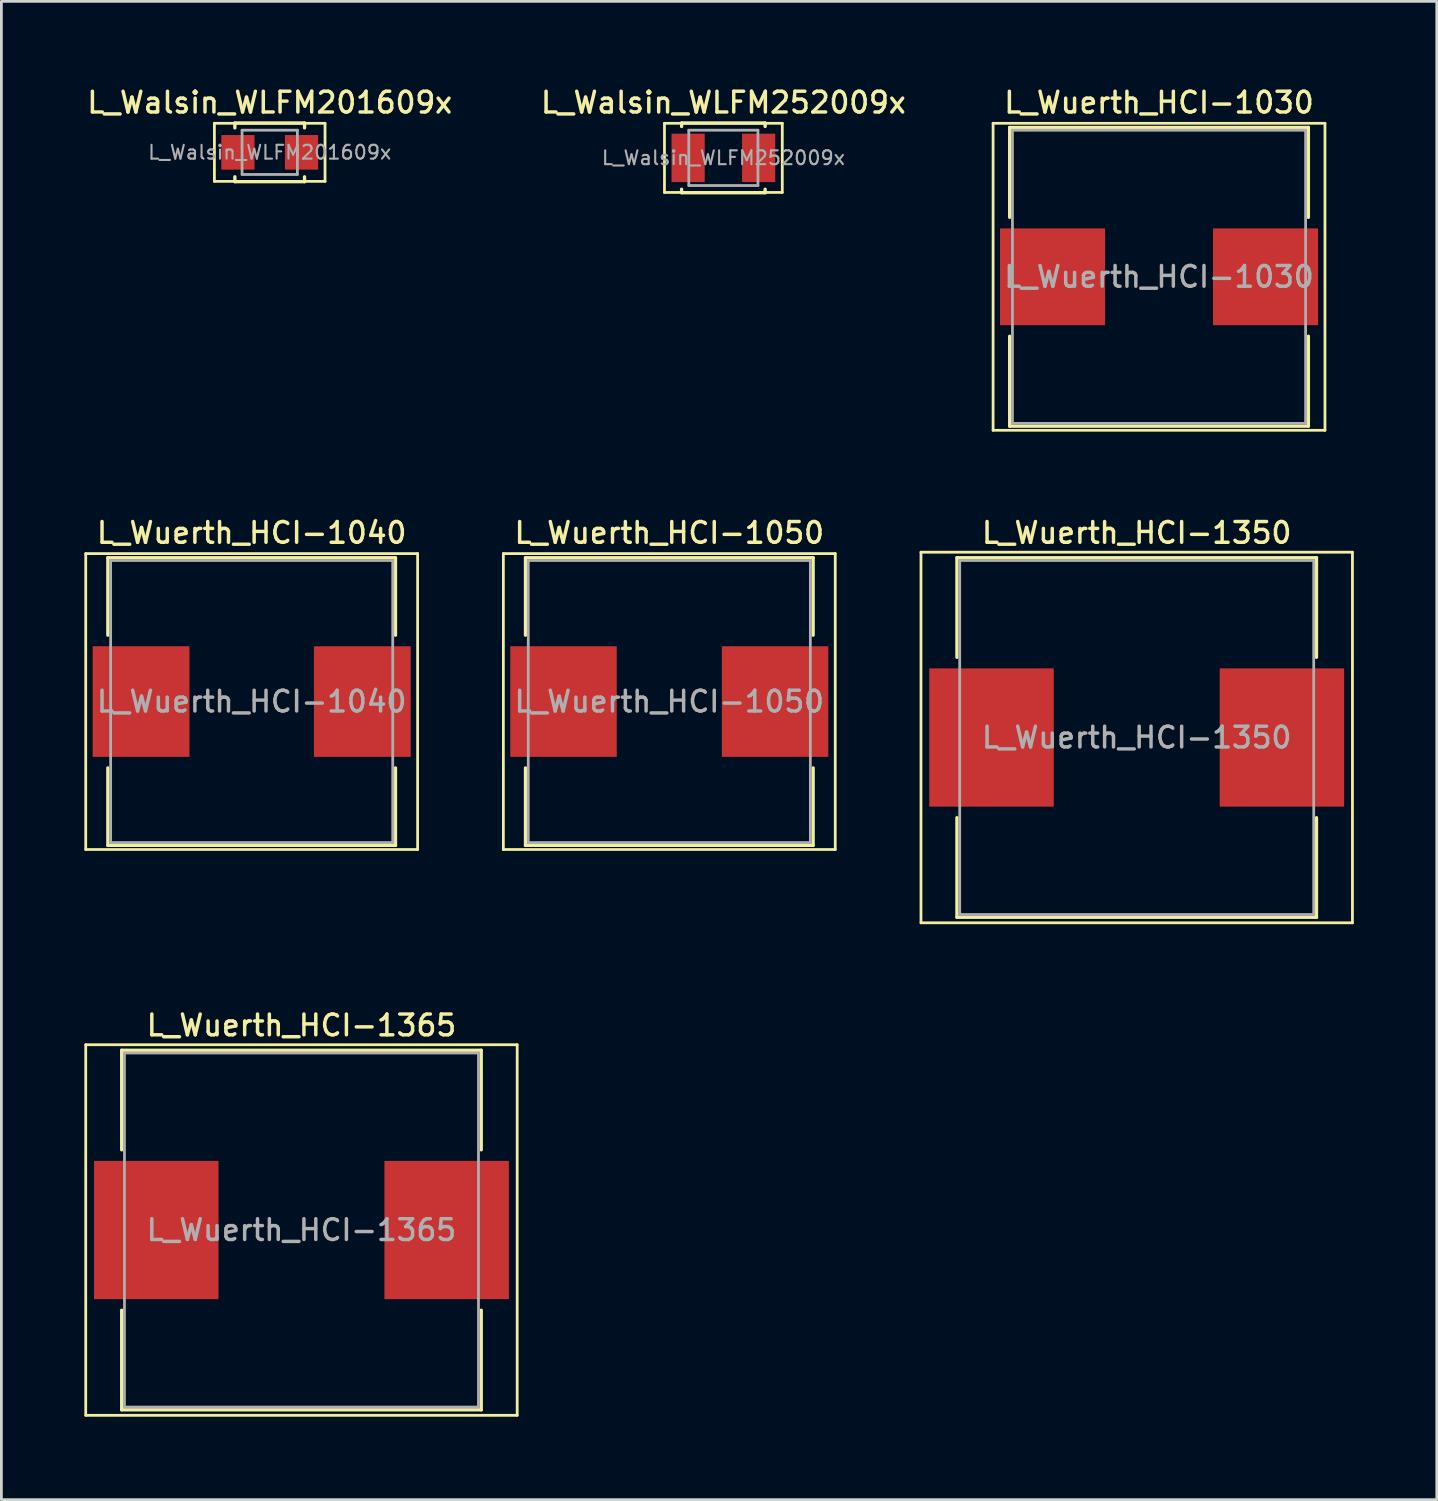
<source format=kicad_pcb>
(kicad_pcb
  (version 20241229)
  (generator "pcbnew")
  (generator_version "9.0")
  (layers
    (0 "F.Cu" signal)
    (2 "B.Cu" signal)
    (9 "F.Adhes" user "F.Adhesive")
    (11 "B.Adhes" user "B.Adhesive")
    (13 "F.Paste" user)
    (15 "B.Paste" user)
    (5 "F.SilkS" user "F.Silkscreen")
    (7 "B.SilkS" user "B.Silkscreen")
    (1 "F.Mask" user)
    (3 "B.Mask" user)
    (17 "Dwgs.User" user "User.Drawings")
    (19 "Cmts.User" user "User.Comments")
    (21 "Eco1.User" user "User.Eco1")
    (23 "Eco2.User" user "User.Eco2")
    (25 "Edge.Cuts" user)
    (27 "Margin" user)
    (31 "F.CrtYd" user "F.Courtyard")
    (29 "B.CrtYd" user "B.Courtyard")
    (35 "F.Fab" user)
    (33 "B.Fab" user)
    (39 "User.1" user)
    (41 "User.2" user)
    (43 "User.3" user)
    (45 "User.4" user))
  (footprint "L_Wuerth_HCI-1365"
    (layer "F.Cu")
    (at 7.85 41.424)
    (property "Reference" "L_Wuerth_HCI-1365" (at 0 -7.4 0) (layer "F.SilkS") (effects (font (size 0.75 0.75) (thickness 0.125))))
    (attr smd)
    (fp_line (start -7.8 -6.7) (end -7.8 6.7) (stroke (width 0.1) (type solid)) (layer "F.SilkS"))
    (fp_line (start -7.8 6.7) (end 7.8 6.7) (stroke (width 0.1) (type solid)) (layer "F.SilkS"))
    (fp_line (start -6.5 -6.5) (end 6.5 -6.5) (stroke (width 0.12) (type solid)) (layer "F.SilkS"))
    (fp_line (start -6.5 -2.9) (end -6.5 -6.5) (stroke (width 0.12) (type solid)) (layer "F.SilkS"))
    (fp_line (start -6.5 2.9) (end -6.5 6.5) (stroke (width 0.12) (type solid)) (layer "F.SilkS"))
    (fp_line (start -6.5 6.5) (end 6.5 6.5) (stroke (width 0.12) (type solid)) (layer "F.SilkS"))
    (fp_line (start 6.5 -6.5) (end 6.5 -2.9) (stroke (width 0.12) (type solid)) (layer "F.SilkS"))
    (fp_line (start 6.5 6.5) (end 6.5 2.9) (stroke (width 0.12) (type solid)) (layer "F.SilkS"))
    (fp_line (start 7.8 -6.7) (end -7.8 -6.7) (stroke (width 0.1) (type solid)) (layer "F.SilkS"))
    (fp_line (start 7.8 6.7) (end 7.8 -6.7) (stroke (width 0.1) (type solid)) (layer "F.SilkS"))
    (fp_line (start -6.4 -6.4) (end -6.4 6.4) (stroke (width 0.1) (type solid)) (layer "F.Fab"))
    (fp_line (start -6.4 6.4) (end 6.4 6.4) (stroke (width 0.1) (type solid)) (layer "F.Fab"))
    (fp_line (start 6.4 -6.4) (end -6.4 -6.4) (stroke (width 0.1) (type solid)) (layer "F.Fab"))
    (fp_line (start 6.4 6.4) (end 6.4 -6.4) (stroke (width 0.1) (type solid)) (layer "F.Fab"))
    (fp_text user "${REFERENCE}" (at 0 0 0) (layer "F.Fab") (effects (font (size 0.75 0.75) (thickness 0.125))))
    (pad "1" smd rect (at -5.25 0) (size 4.5 5) (layers "F.Cu" "F.Mask" "F.Paste"))
    (pad "2" smd rect (at 5.25 0) (size 4.5 5) (layers "F.Cu" "F.Mask" "F.Paste")))
  (footprint "L_Wuerth_HCI-1350"
    (layer "F.Cu")
    (at 38.05 23.616)
    (property "Reference" "L_Wuerth_HCI-1350" (at 0 -7.4 0) (layer "F.SilkS") (effects (font (size 0.75 0.75) (thickness 0.125))))
    (attr smd)
    (fp_line (start -7.8 -6.7) (end -7.8 6.7) (stroke (width 0.1) (type solid)) (layer "F.SilkS"))
    (fp_line (start -7.8 6.7) (end 7.8 6.7) (stroke (width 0.1) (type solid)) (layer "F.SilkS"))
    (fp_line (start -6.5 -6.5) (end 6.5 -6.5) (stroke (width 0.12) (type solid)) (layer "F.SilkS"))
    (fp_line (start -6.5 -2.9) (end -6.5 -6.5) (stroke (width 0.12) (type solid)) (layer "F.SilkS"))
    (fp_line (start -6.5 2.9) (end -6.5 6.5) (stroke (width 0.12) (type solid)) (layer "F.SilkS"))
    (fp_line (start -6.5 6.5) (end 6.5 6.5) (stroke (width 0.12) (type solid)) (layer "F.SilkS"))
    (fp_line (start 6.5 -6.5) (end 6.5 -2.9) (stroke (width 0.12) (type solid)) (layer "F.SilkS"))
    (fp_line (start 6.5 6.5) (end 6.5 2.9) (stroke (width 0.12) (type solid)) (layer "F.SilkS"))
    (fp_line (start 7.8 -6.7) (end -7.8 -6.7) (stroke (width 0.1) (type solid)) (layer "F.SilkS"))
    (fp_line (start 7.8 6.7) (end 7.8 -6.7) (stroke (width 0.1) (type solid)) (layer "F.SilkS"))
    (fp_line (start -6.4 -6.4) (end -6.4 6.4) (stroke (width 0.1) (type solid)) (layer "F.Fab"))
    (fp_line (start -6.4 6.4) (end 6.4 6.4) (stroke (width 0.1) (type solid)) (layer "F.Fab"))
    (fp_line (start 6.4 -6.4) (end -6.4 -6.4) (stroke (width 0.1) (type solid)) (layer "F.Fab"))
    (fp_line (start 6.4 6.4) (end 6.4 -6.4) (stroke (width 0.1) (type solid)) (layer "F.Fab"))
    (fp_text user "${REFERENCE}" (at 0 0 0) (layer "F.Fab") (effects (font (size 0.75 0.75) (thickness 0.125))))
    (pad "1" smd rect (at -5.25 0) (size 4.5 5) (layers "F.Cu" "F.Mask" "F.Paste"))
    (pad "2" smd rect (at 5.25 0) (size 4.5 5) (layers "F.Cu" "F.Mask" "F.Paste")))
  (footprint "L_Wuerth_HCI-1030"
    (layer "F.Cu")
    (at 38.857 6.958)
    (property "Reference" "L_Wuerth_HCI-1030" (at 0 -6.3 0) (layer "F.SilkS") (effects (font (size 0.75 0.75) (thickness 0.125))))
    (attr smd)
    (fp_line (start -6 -5.55) (end -6 5.55) (stroke (width 0.1) (type solid)) (layer "F.SilkS"))
    (fp_line (start -6 5.55) (end 6 5.55) (stroke (width 0.1) (type solid)) (layer "F.SilkS"))
    (fp_line (start -5.4 -5.4) (end 5.4 -5.4) (stroke (width 0.12) (type solid)) (layer "F.SilkS"))
    (fp_line (start -5.4 -2.15) (end -5.4 -5.4) (stroke (width 0.12) (type solid)) (layer "F.SilkS"))
    (fp_line (start -5.4 2.15) (end -5.4 5.4) (stroke (width 0.12) (type solid)) (layer "F.SilkS"))
    (fp_line (start -5.4 5.4) (end 5.4 5.4) (stroke (width 0.12) (type solid)) (layer "F.SilkS"))
    (fp_line (start 5.4 -5.4) (end 5.4 -2.15) (stroke (width 0.12) (type solid)) (layer "F.SilkS"))
    (fp_line (start 5.4 5.4) (end 5.4 2.15) (stroke (width 0.12) (type solid)) (layer "F.SilkS"))
    (fp_line (start 6 -5.55) (end -6 -5.55) (stroke (width 0.1) (type solid)) (layer "F.SilkS"))
    (fp_line (start 6 5.55) (end 6 -5.55) (stroke (width 0.1) (type solid)) (layer "F.SilkS"))
    (fp_line (start -5.3 -5.3) (end -5.3 5.3) (stroke (width 0.1) (type solid)) (layer "F.Fab"))
    (fp_line (start -5.3 5.3) (end 5.3 5.3) (stroke (width 0.1) (type solid)) (layer "F.Fab"))
    (fp_line (start 5.3 -5.3) (end -5.3 -5.3) (stroke (width 0.1) (type solid)) (layer "F.Fab"))
    (fp_line (start 5.3 5.3) (end 5.3 -5.3) (stroke (width 0.1) (type solid)) (layer "F.Fab"))
    (fp_text user "${REFERENCE}" (at 0 0 0) (layer "F.Fab") (effects (font (size 0.75 0.75) (thickness 0.125))))
    (pad "1" smd rect (at -3.85 0) (size 3.8 3.5) (layers "F.Cu" "F.Mask" "F.Paste"))
    (pad "2" smd rect (at 3.85 0) (size 3.8 3.5) (layers "F.Cu" "F.Mask" "F.Paste")))
  (footprint "L_Walsin_WLFM252009x"
    (layer "F.Cu")
    (at 23.105 2.658)
    (property "Reference" "L_Walsin_WLFM252009x" (at 0 -2 0) (layer "F.SilkS") (effects (font (size 0.75 0.75) (thickness 0.125))))
    (attr smd)
    (fp_line (start -2.13 -1.25) (end -2.13 1.25) (stroke (width 0.1) (type solid)) (layer "F.SilkS"))
    (fp_line (start -2.13 1.25) (end 2.13 1.25) (stroke (width 0.1) (type solid)) (layer "F.SilkS"))
    (fp_line (start -1.51 -1.26) (end -1.51 -1.135) (stroke (width 0.12) (type solid)) (layer "F.SilkS"))
    (fp_line (start -1.51 -1.26) (end 1.51 -1.26) (stroke (width 0.12) (type solid)) (layer "F.SilkS"))
    (fp_line (start -1.51 1.26) (end -1.51 1.135) (stroke (width 0.12) (type solid)) (layer "F.SilkS"))
    (fp_line (start -1.51 1.26) (end 1.51 1.26) (stroke (width 0.12) (type solid)) (layer "F.SilkS"))
    (fp_line (start 1.51 -1.26) (end 1.51 -1.135) (stroke (width 0.12) (type solid)) (layer "F.SilkS"))
    (fp_line (start 1.51 1.26) (end 1.51 1.135) (stroke (width 0.12) (type solid)) (layer "F.SilkS"))
    (fp_line (start 2.13 -1.25) (end -2.13 -1.25) (stroke (width 0.1) (type solid)) (layer "F.SilkS"))
    (fp_line (start 2.13 1.25) (end 2.13 -1.25) (stroke (width 0.1) (type solid)) (layer "F.SilkS"))
    (fp_line (start -1.25 -1) (end -1.25 1) (stroke (width 0.1) (type solid)) (layer "F.Fab"))
    (fp_line (start -1.25 1) (end 1.25 1) (stroke (width 0.1) (type solid)) (layer "F.Fab"))
    (fp_line (start 1.25 -1) (end -1.25 -1) (stroke (width 0.1) (type solid)) (layer "F.Fab"))
    (fp_line (start 1.25 1) (end 1.25 -1) (stroke (width 0.1) (type solid)) (layer "F.Fab"))
    (fp_text user "${REFERENCE}" (at 0 0 0) (layer "F.Fab") (effects (font (size 0.5 0.5) (thickness 0.075))))
    (pad "1" smd rect (at -1.275 0) (size 1.2 1.75) (layers "F.Cu" "F.Mask" "F.Paste"))
    (pad "2" smd rect (at 1.275 0) (size 1.2 1.75) (layers "F.Cu" "F.Mask" "F.Paste")))
  (footprint "L_Wuerth_HCI-1040"
    (layer "F.Cu")
    (at 6.05 22.316)
    (property "Reference" "L_Wuerth_HCI-1040" (at 0 -6.1 0) (layer "F.SilkS") (effects (font (size 0.75 0.75) (thickness 0.125))))
    (attr smd)
    (fp_line (start -6 -5.35) (end -6 5.35) (stroke (width 0.1) (type solid)) (layer "F.SilkS"))
    (fp_line (start -6 5.35) (end 6 5.35) (stroke (width 0.1) (type solid)) (layer "F.SilkS"))
    (fp_line (start -5.2 -5.2) (end 5.2 -5.2) (stroke (width 0.12) (type solid)) (layer "F.SilkS"))
    (fp_line (start -5.2 -2.4) (end -5.2 -5.2) (stroke (width 0.12) (type solid)) (layer "F.SilkS"))
    (fp_line (start -5.2 2.4) (end -5.2 5.2) (stroke (width 0.12) (type solid)) (layer "F.SilkS"))
    (fp_line (start -5.2 5.2) (end 5.2 5.2) (stroke (width 0.12) (type solid)) (layer "F.SilkS"))
    (fp_line (start 5.2 -5.2) (end 5.2 -2.4) (stroke (width 0.12) (type solid)) (layer "F.SilkS"))
    (fp_line (start 5.2 5.2) (end 5.2 2.4) (stroke (width 0.12) (type solid)) (layer "F.SilkS"))
    (fp_line (start 6 -5.35) (end -6 -5.35) (stroke (width 0.1) (type solid)) (layer "F.SilkS"))
    (fp_line (start 6 5.35) (end 6 -5.35) (stroke (width 0.1) (type solid)) (layer "F.SilkS"))
    (fp_line (start -5.1 -5.1) (end -5.1 5.1) (stroke (width 0.1) (type solid)) (layer "F.Fab"))
    (fp_line (start -5.1 5.1) (end 5.1 5.1) (stroke (width 0.1) (type solid)) (layer "F.Fab"))
    (fp_line (start 5.1 -5.1) (end -5.1 -5.1) (stroke (width 0.1) (type solid)) (layer "F.Fab"))
    (fp_line (start 5.1 5.1) (end 5.1 -5.1) (stroke (width 0.1) (type solid)) (layer "F.Fab"))
    (fp_text user "${REFERENCE}" (at 0 0 0) (layer "F.Fab") (effects (font (size 0.75 0.75) (thickness 0.125))))
    (pad "1" smd rect (at -4 0) (size 3.5 4) (layers "F.Cu" "F.Mask" "F.Paste"))
    (pad "2" smd rect (at 4 0) (size 3.5 4) (layers "F.Cu" "F.Mask" "F.Paste")))
  (footprint "L_Walsin_WLFM201609x"
    (layer "F.Cu")
    (at 6.702 2.458)
    (property "Reference" "L_Walsin_WLFM201609x" (at 0 -1.8 0) (layer "F.SilkS") (effects (font (size 0.75 0.75) (thickness 0.125))))
    (attr smd)
    (fp_line (start -2 -1.05) (end -2 1.05) (stroke (width 0.1) (type solid)) (layer "F.SilkS"))
    (fp_line (start -2 1.05) (end 2 1.05) (stroke (width 0.1) (type solid)) (layer "F.SilkS"))
    (fp_line (start -1.26 -1.06) (end -1.26 -0.885) (stroke (width 0.12) (type solid)) (layer "F.SilkS"))
    (fp_line (start -1.26 -1.06) (end 1.26 -1.06) (stroke (width 0.12) (type solid)) (layer "F.SilkS"))
    (fp_line (start -1.26 1.06) (end -1.26 0.885) (stroke (width 0.12) (type solid)) (layer "F.SilkS"))
    (fp_line (start -1.26 1.06) (end 1.26 1.06) (stroke (width 0.12) (type solid)) (layer "F.SilkS"))
    (fp_line (start 1.26 -1.06) (end 1.26 -0.885) (stroke (width 0.12) (type solid)) (layer "F.SilkS"))
    (fp_line (start 1.26 1.06) (end 1.26 0.885) (stroke (width 0.12) (type solid)) (layer "F.SilkS"))
    (fp_line (start 2 -1.05) (end -2 -1.05) (stroke (width 0.1) (type solid)) (layer "F.SilkS"))
    (fp_line (start 2 1.05) (end 2 -1.05) (stroke (width 0.1) (type solid)) (layer "F.SilkS"))
    (fp_line (start -1 -0.8) (end -1 0.8) (stroke (width 0.1) (type solid)) (layer "F.Fab"))
    (fp_line (start -1 0.8) (end 1 0.8) (stroke (width 0.1) (type solid)) (layer "F.Fab"))
    (fp_line (start 1 -0.8) (end -1 -0.8) (stroke (width 0.1) (type solid)) (layer "F.Fab"))
    (fp_line (start 1 0.8) (end 1 -0.8) (stroke (width 0.1) (type solid)) (layer "F.Fab"))
    (fp_text user "${REFERENCE}" (at 0 0 0) (layer "F.Fab") (effects (font (size 0.5 0.5) (thickness 0.075))))
    (pad "1" smd rect (at -1.15 0) (size 1.2 1.25) (layers "F.Cu" "F.Mask" "F.Paste"))
    (pad "2" smd rect (at 1.15 0) (size 1.2 1.25) (layers "F.Cu" "F.Mask" "F.Paste")))
  (footprint "L_Wuerth_HCI-1050"
    (layer "F.Cu")
    (at 21.15 22.316)
    (property "Reference" "L_Wuerth_HCI-1050" (at 0 -6.1 0) (layer "F.SilkS") (effects (font (size 0.75 0.75) (thickness 0.125))))
    (attr smd)
    (fp_line (start -6 -5.35) (end -6 5.35) (stroke (width 0.1) (type solid)) (layer "F.SilkS"))
    (fp_line (start -6 5.35) (end 6 5.35) (stroke (width 0.1) (type solid)) (layer "F.SilkS"))
    (fp_line (start -5.2 -5.2) (end 5.2 -5.2) (stroke (width 0.12) (type solid)) (layer "F.SilkS"))
    (fp_line (start -5.2 -2.4) (end -5.2 -5.2) (stroke (width 0.12) (type solid)) (layer "F.SilkS"))
    (fp_line (start -5.2 2.4) (end -5.2 5.2) (stroke (width 0.12) (type solid)) (layer "F.SilkS"))
    (fp_line (start -5.2 5.2) (end 5.2 5.2) (stroke (width 0.12) (type solid)) (layer "F.SilkS"))
    (fp_line (start 5.2 -5.2) (end 5.2 -2.4) (stroke (width 0.12) (type solid)) (layer "F.SilkS"))
    (fp_line (start 5.2 5.2) (end 5.2 2.4) (stroke (width 0.12) (type solid)) (layer "F.SilkS"))
    (fp_line (start 6 -5.35) (end -6 -5.35) (stroke (width 0.1) (type solid)) (layer "F.SilkS"))
    (fp_line (start 6 5.35) (end 6 -5.35) (stroke (width 0.1) (type solid)) (layer "F.SilkS"))
    (fp_line (start -5.1 -5.1) (end -5.1 5.1) (stroke (width 0.1) (type solid)) (layer "F.Fab"))
    (fp_line (start -5.1 5.1) (end 5.1 5.1) (stroke (width 0.1) (type solid)) (layer "F.Fab"))
    (fp_line (start 5.1 -5.1) (end -5.1 -5.1) (stroke (width 0.1) (type solid)) (layer "F.Fab"))
    (fp_line (start 5.1 5.1) (end 5.1 -5.1) (stroke (width 0.1) (type solid)) (layer "F.Fab"))
    (fp_text user "${REFERENCE}" (at 0 0 0) (layer "F.Fab") (effects (font (size 0.75 0.75) (thickness 0.125))))
    (pad "1" smd rect (at -3.825 0) (size 3.85 4) (layers "F.Cu" "F.Mask" "F.Paste"))
    (pad "2" smd rect (at 3.825 0) (size 3.85 4) (layers "F.Cu" "F.Mask" "F.Paste")))
  (gr_rect
    (start -3 -3)
    (end 48.9 51.174)
    (stroke (width 0.1) (type default))
    (fill no)
    (layer "Edge.Cuts")))
</source>
